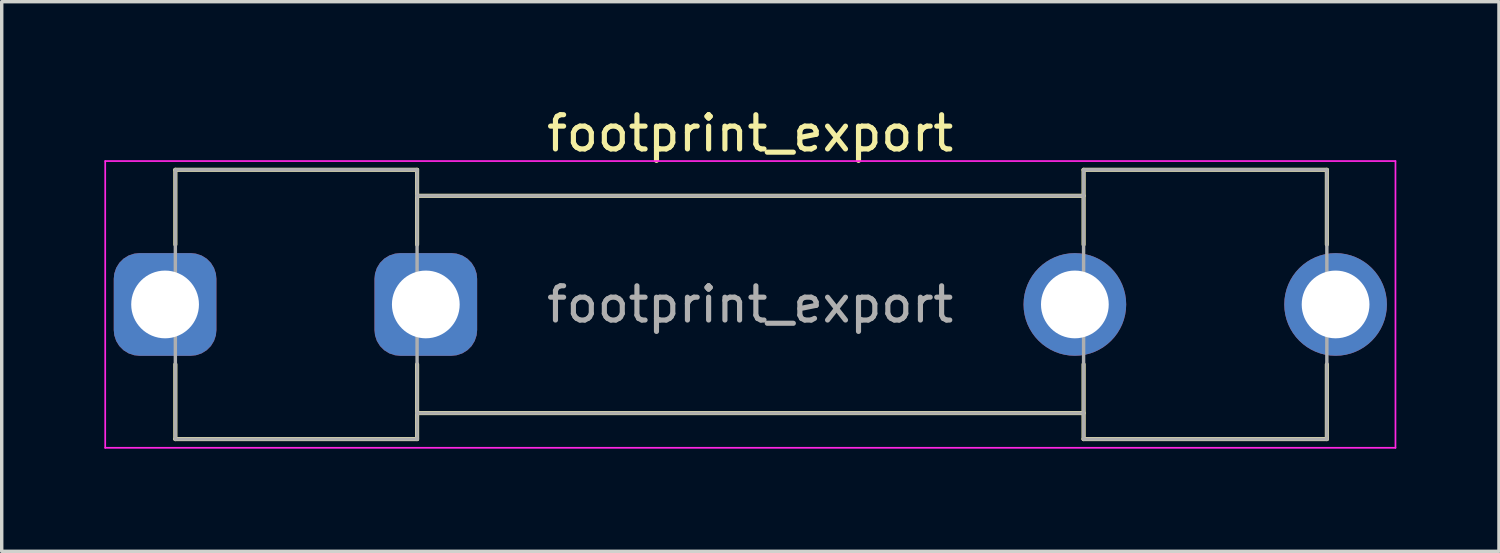
<source format=kicad_pcb>
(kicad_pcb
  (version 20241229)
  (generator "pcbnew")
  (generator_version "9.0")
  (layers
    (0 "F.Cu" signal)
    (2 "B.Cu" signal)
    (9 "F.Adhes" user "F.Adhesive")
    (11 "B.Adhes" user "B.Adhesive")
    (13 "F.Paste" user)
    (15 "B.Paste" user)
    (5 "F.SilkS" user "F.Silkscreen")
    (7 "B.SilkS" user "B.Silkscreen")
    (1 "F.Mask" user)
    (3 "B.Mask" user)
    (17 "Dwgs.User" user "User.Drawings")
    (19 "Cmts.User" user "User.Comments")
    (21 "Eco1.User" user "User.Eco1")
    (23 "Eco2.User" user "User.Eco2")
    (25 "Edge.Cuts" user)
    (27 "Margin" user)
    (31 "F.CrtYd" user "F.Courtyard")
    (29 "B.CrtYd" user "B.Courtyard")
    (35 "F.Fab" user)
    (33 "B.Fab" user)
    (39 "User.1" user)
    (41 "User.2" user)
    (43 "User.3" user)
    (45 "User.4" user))
  (footprint "footprint_export"
    (layer "F.Cu")
    (at 1.775 5.848)
    (property "Reference" "footprint_export" (at 17.1 -5 0) (layer "F.SilkS") (effects (font (size 1 1) (thickness 0.15))))
    (attr through_hole)
    (fp_line (start 0.3 -3.935) (end 0.3 -1.75) (stroke (width 0.12) (type solid)) (layer "F.SilkS"))
    (fp_line (start 0.3 3.935) (end 0.3 1.75) (stroke (width 0.12) (type solid)) (layer "F.SilkS"))
    (fp_line (start 7.365 -3.935) (end 0.3 -3.935) (stroke (width 0.12) (type solid)) (layer "F.SilkS"))
    (fp_line (start 7.365 -3.935) (end 7.365 -1.75) (stroke (width 0.12) (type solid)) (layer "F.SilkS"))
    (fp_line (start 7.365 3.935) (end 0.3 3.935) (stroke (width 0.12) (type solid)) (layer "F.SilkS"))
    (fp_line (start 7.365 3.935) (end 7.365 1.75) (stroke (width 0.12) (type solid)) (layer "F.SilkS"))
    (fp_line (start 26.845 -3.935) (end 26.845 -1.75) (stroke (width 0.12) (type solid)) (layer "F.SilkS"))
    (fp_line (start 26.845 -3.175) (end 7.365 -3.175) (stroke (width 0.12) (type solid)) (layer "F.SilkS"))
    (fp_line (start 26.845 3.175) (end 7.365 3.175) (stroke (width 0.12) (type solid)) (layer "F.SilkS"))
    (fp_line (start 26.845 3.935) (end 26.845 1.75) (stroke (width 0.12) (type solid)) (layer "F.SilkS"))
    (fp_line (start 26.845 3.935) (end 33.955 3.935) (stroke (width 0.12) (type solid)) (layer "F.SilkS"))
    (fp_line (start 33.955 -3.935) (end 26.845 -3.935) (stroke (width 0.12) (type solid)) (layer "F.SilkS"))
    (fp_line (start 33.955 -1.75) (end 33.955 -3.935) (stroke (width 0.12) (type solid)) (layer "F.SilkS"))
    (fp_line (start 33.955 1.75) (end 33.955 3.935) (stroke (width 0.12) (type solid)) (layer "F.SilkS"))
    (fp_line (start -1.75 -4.19) (end -1.75 4.19) (stroke (width 0.05) (type solid)) (layer "F.CrtYd"))
    (fp_line (start -1.75 -4.19) (end 35.96 -4.19) (stroke (width 0.05) (type solid)) (layer "F.CrtYd"))
    (fp_line (start 35.96 4.19) (end -1.75 4.19) (stroke (width 0.05) (type solid)) (layer "F.CrtYd"))
    (fp_line (start 35.96 4.19) (end 35.96 -4.19) (stroke (width 0.05) (type solid)) (layer "F.CrtYd"))
    (fp_line (start 0.3 -3.935) (end 7.365 -3.935) (stroke (width 0.1) (type solid)) (layer "F.Fab"))
    (fp_line (start 0.3 3.935) (end 0.3 -3.935) (stroke (width 0.1) (type solid)) (layer "F.Fab"))
    (fp_line (start 7.365 -3.935) (end 7.365 3.935) (stroke (width 0.1) (type solid)) (layer "F.Fab"))
    (fp_line (start 7.365 -3.175) (end 26.845 -3.175) (stroke (width 0.1) (type solid)) (layer "F.Fab"))
    (fp_line (start 7.365 3.935) (end 0.3 3.935) (stroke (width 0.1) (type solid)) (layer "F.Fab"))
    (fp_line (start 26.845 -3.935) (end 26.845 3.935) (stroke (width 0.1) (type solid)) (layer "F.Fab"))
    (fp_line (start 26.845 3.175) (end 7.365 3.175) (stroke (width 0.1) (type solid)) (layer "F.Fab"))
    (fp_line (start 26.845 3.935) (end 33.955 3.935) (stroke (width 0.1) (type solid)) (layer "F.Fab"))
    (fp_line (start 33.955 -3.935) (end 26.845 -3.935) (stroke (width 0.1) (type solid)) (layer "F.Fab"))
    (fp_line (start 33.955 3.935) (end 33.955 -3.935) (stroke (width 0.1) (type solid)) (layer "F.Fab"))
    (fp_text user "${REFERENCE}" (at 17.1 0 0) (layer "F.Fab") (effects (font (size 1 1) (thickness 0.15))))
    (pad "1" thru_hole roundrect (at 0 0) (size 3 3) (drill 1.98) (layers "*.Cu" "*.Mask") (roundrect_rratio 0.25))
    (pad "1" thru_hole roundrect (at 7.62 0) (size 3 3) (drill 1.98) (layers "*.Cu" "*.Mask") (roundrect_rratio 0.25))
    (pad "2" thru_hole circle (at 26.59 0) (size 3 3) (drill 1.98) (layers "*.Cu" "*.Mask"))
    (pad "2" thru_hole circle (at 34.21 0) (size 3 3) (drill 1.98) (layers "*.Cu" "*.Mask")))
  (gr_rect
    (start -3 -3)
    (end 40.76 13.063)
    (stroke (width 0.1) (type default))
    (fill no)
    (layer "Edge.Cuts")))
</source>
